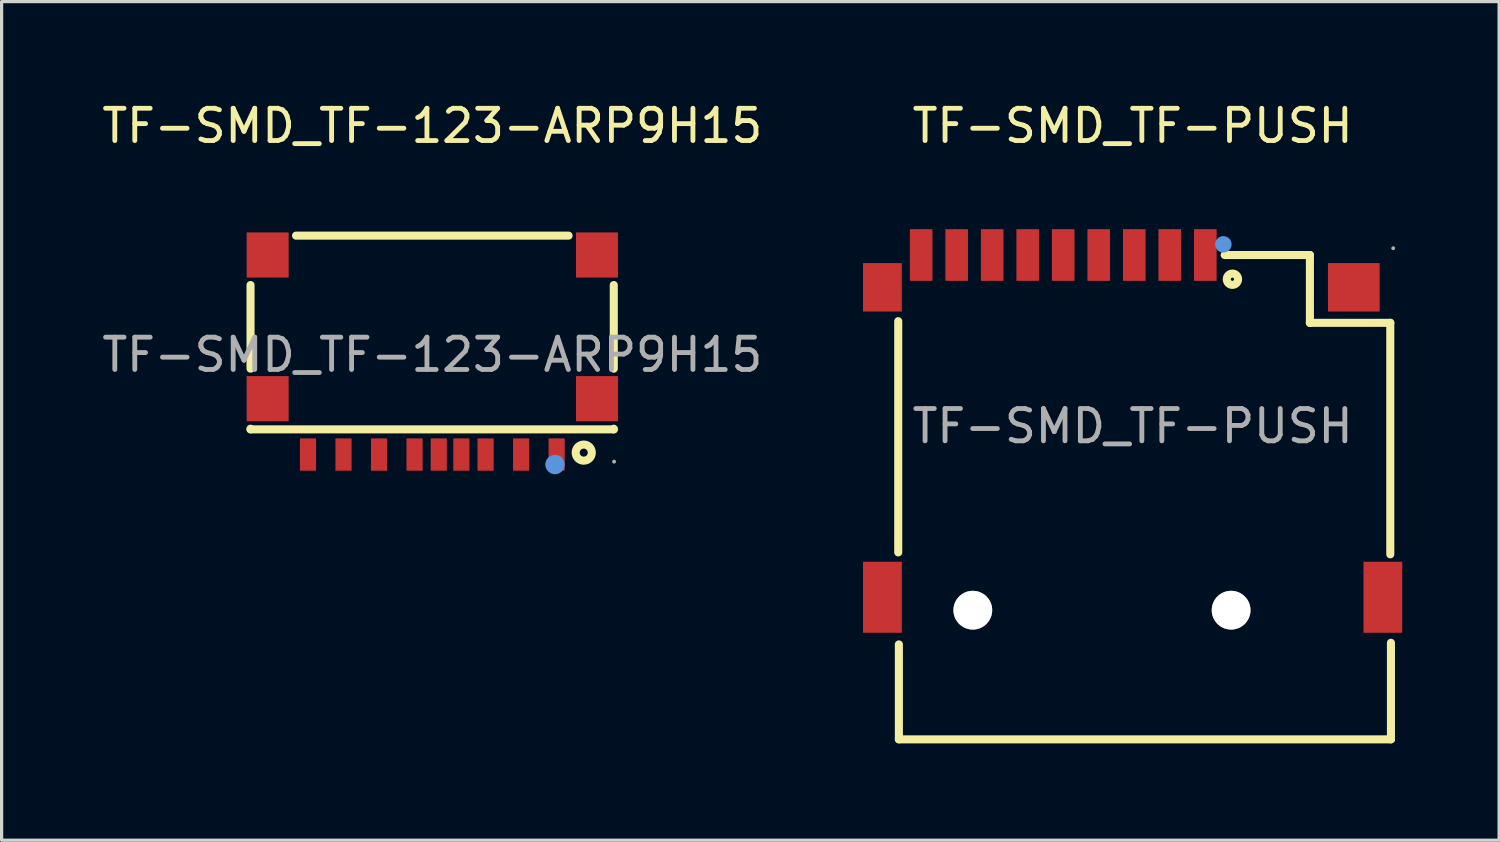
<source format=kicad_pcb>
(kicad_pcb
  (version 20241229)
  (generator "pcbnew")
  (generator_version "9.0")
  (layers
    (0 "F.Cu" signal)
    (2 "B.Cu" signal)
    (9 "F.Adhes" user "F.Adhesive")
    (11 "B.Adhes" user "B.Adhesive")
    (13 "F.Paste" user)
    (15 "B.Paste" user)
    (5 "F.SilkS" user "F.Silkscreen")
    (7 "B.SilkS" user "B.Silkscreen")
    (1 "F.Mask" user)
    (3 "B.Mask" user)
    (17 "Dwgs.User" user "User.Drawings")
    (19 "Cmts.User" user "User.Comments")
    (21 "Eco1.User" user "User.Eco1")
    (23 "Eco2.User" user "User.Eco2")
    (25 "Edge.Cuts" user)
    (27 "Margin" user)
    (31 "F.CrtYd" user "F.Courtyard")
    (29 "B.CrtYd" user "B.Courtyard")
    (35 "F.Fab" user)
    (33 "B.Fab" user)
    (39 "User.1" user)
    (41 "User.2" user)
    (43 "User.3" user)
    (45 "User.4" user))
  (footprint "TF-SMD_TF-PUSH"
    (layer "F.Cu")
    (at 32.029 10.148)
    (property "Reference" "TF-SMD_TF-PUSH" (at 0 -9.3 0) (layer "F.SilkS") (effects (font (size 1 1) (thickness 0.15))))
    (attr smd)
    (fp_line (start -7.26 -3.25) (end -7.26 3.91) (stroke (width 0.25) (type solid)) (layer "F.SilkS"))
    (fp_line (start -7.24 9.7) (end -7.24 6.76) (stroke (width 0.25) (type solid)) (layer "F.SilkS"))
    (fp_line (start -7.24 9.7) (end 8 9.7) (stroke (width 0.25) (type solid)) (layer "F.SilkS"))
    (fp_line (start 4.7 -5.3) (end 2.85 -5.3) (stroke (width 0.25) (type solid)) (layer "F.SilkS"))
    (fp_line (start 4.7 -5.3) (end 5.49 -5.3) (stroke (width 0.25) (type solid)) (layer "F.SilkS"))
    (fp_line (start 5.49 -5.3) (end 5.49 -3.2) (stroke (width 0.25) (type solid)) (layer "F.SilkS"))
    (fp_line (start 5.49 -3.2) (end 5.5 -3.2) (stroke (width 0.25) (type solid)) (layer "F.SilkS"))
    (fp_line (start 7.98 -3.2) (end 5.49 -3.2) (stroke (width 0.25) (type solid)) (layer "F.SilkS"))
    (fp_line (start 7.98 3.97) (end 7.98 -3.2) (stroke (width 0.25) (type solid)) (layer "F.SilkS"))
    (fp_line (start 8 9.7) (end 8 6.71) (stroke (width 0.25) (type solid)) (layer "F.SilkS"))
    (fp_circle (center 3.09 -4.55) (end 3.14 -4.55) (stroke (width 0.25) (type solid)) (fill no) (layer "F.SilkS"))
    (fp_circle (center -4.95 5.7) (end -4.75 5.7) (stroke (width 0.4) (type solid)) (fill no) (layer "Cmts.User"))
    (fp_circle (center 2.81 -5.63) (end 2.94 -5.63) (stroke (width 0.25) (type solid)) (fill no) (layer "Cmts.User"))
    (fp_circle (center 3.05 5.7) (end 3.25 5.7) (stroke (width 0.4) (type solid)) (fill no) (layer "Cmts.User"))
    (fp_circle (center 8.07 -5.51) (end 8.1 -5.51) (stroke (width 0.06) (type solid)) (fill no) (layer "F.Fab"))
    (fp_text user "${REFERENCE}" (at 0 0 0) (layer "F.Fab") (effects (font (size 1 1) (thickness 0.15))))
    (pad "" thru_hole circle (at -4.95 5.7) (size 1.2 1.2) (drill 1.2) (layers "*.Cu" "*.Mask"))
    (pad "" thru_hole circle (at 3.05 5.7) (size 1.2 1.2) (drill 1.2) (layers "*.Cu" "*.Mask"))
    (pad "1" smd rect (at 2.25 -5.3) (size 0.7 1.6) (layers "F.Cu" "F.Mask" "F.Paste"))
    (pad "2" smd rect (at 1.15 -5.3) (size 0.7 1.6) (layers "F.Cu" "F.Mask" "F.Paste"))
    (pad "3" smd rect (at 0.05 -5.3) (size 0.7 1.6) (layers "F.Cu" "F.Mask" "F.Paste"))
    (pad "4" smd rect (at -1.05 -5.3) (size 0.7 1.6) (layers "F.Cu" "F.Mask" "F.Paste"))
    (pad "5" smd rect (at -2.15 -5.3) (size 0.7 1.6) (layers "F.Cu" "F.Mask" "F.Paste"))
    (pad "6" smd rect (at -3.25 -5.3) (size 0.7 1.6) (layers "F.Cu" "F.Mask" "F.Paste"))
    (pad "7" smd rect (at -4.35 -5.3) (size 0.7 1.6) (layers "F.Cu" "F.Mask" "F.Paste"))
    (pad "8" smd rect (at -5.45 -5.3) (size 0.7 1.6) (layers "F.Cu" "F.Mask" "F.Paste"))
    (pad "10" smd rect (at -7.75 -4.3) (size 1.2 1.5) (layers "F.Cu" "F.Mask" "F.Paste"))
    (pad "11" smd rect (at -7.75 5.3) (size 1.2 2.2) (layers "F.Cu" "F.Mask" "F.Paste"))
    (pad "12" smd rect (at 7.75 5.3) (size 1.2 2.2) (layers "F.Cu" "F.Mask" "F.Paste"))
    (pad "13" smd rect (at 6.85 -4.3) (size 1.6 1.5) (layers "F.Cu" "F.Mask" "F.Paste"))
    (pad "CD" smd rect (at -6.55 -5.3) (size 0.7 1.6) (layers "F.Cu" "F.Mask" "F.Paste")))
  (footprint "TF-SMD_TF-123-ARP9H15"
    (layer "F.Cu")
    (at 10.339 7.938)
    (property "Reference" "TF-SMD_TF-123-ARP9H15" (at 0 -7.09 0) (layer "F.SilkS") (effects (font (size 1 1) (thickness 0.15))))
    (attr smd)
    (fp_line (start -5.63 0.43) (end -5.63 -2.16) (stroke (width 0.25) (type solid)) (layer "F.SilkS"))
    (fp_line (start -5.63 2.31) (end -5.63 2.29) (stroke (width 0.25) (type solid)) (layer "F.SilkS"))
    (fp_line (start -4.22 -3.69) (end 4.22 -3.69) (stroke (width 0.25) (type solid)) (layer "F.SilkS"))
    (fp_line (start 5.62 -2.16) (end 5.62 0.43) (stroke (width 0.25) (type solid)) (layer "F.SilkS"))
    (fp_line (start 5.62 2.29) (end 5.62 2.31) (stroke (width 0.25) (type solid)) (layer "F.SilkS"))
    (fp_line (start 5.62 2.31) (end -5.63 2.31) (stroke (width 0.25) (type solid)) (layer "F.SilkS"))
    (fp_circle (center 4.69 3.03) (end 4.94 3.03) (stroke (width 0.25) (type solid)) (fill no) (layer "F.SilkS"))
    (fp_circle (center 3.8 3.4) (end 3.95 3.4) (stroke (width 0.3) (type solid)) (fill no) (layer "Cmts.User"))
    (fp_circle (center 5.63 3.31) (end 5.66 3.31) (stroke (width 0.06) (type solid)) (fill no) (layer "F.Fab"))
    (fp_text user "${REFERENCE}" (at 0 0 0) (layer "F.Fab") (effects (font (size 1 1) (thickness 0.15))))
    (pad "1" smd rect (at 3.85 3.09) (size 0.5 1) (layers "F.Cu" "F.Mask" "F.Paste"))
    (pad "2" smd rect (at 2.75 3.09) (size 0.5 1) (layers "F.Cu" "F.Mask" "F.Paste"))
    (pad "3" smd rect (at 1.65 3.09) (size 0.5 1) (layers "F.Cu" "F.Mask" "F.Paste"))
    (pad "4" smd rect (at 0.9 3.09) (size 0.5 1) (layers "F.Cu" "F.Mask" "F.Paste"))
    (pad "5" smd rect (at -0.55 3.09) (size 0.5 1) (layers "F.Cu" "F.Mask" "F.Paste"))
    (pad "6" smd rect (at -1.65 3.09) (size 0.5 1) (layers "F.Cu" "F.Mask" "F.Paste"))
    (pad "7" smd rect (at -2.75 3.09) (size 0.5 1) (layers "F.Cu" "F.Mask" "F.Paste"))
    (pad "8" smd rect (at -3.85 3.09) (size 0.5 1) (layers "F.Cu" "F.Mask" "F.Paste"))
    (pad "9" smd rect (at 0.2 3.09) (size 0.5 1) (layers "F.Cu" "F.Mask" "F.Paste"))
    (pad "10" smd rect (at -5.1 1.36) (size 1.3 1.4) (layers "F.Cu" "F.Mask" "F.Paste"))
    (pad "11" smd rect (at -5.1 -3.09) (size 1.3 1.4) (layers "F.Cu" "F.Mask" "F.Paste"))
    (pad "12" smd rect (at 5.1 -3.09) (size 1.3 1.4) (layers "F.Cu" "F.Mask" "F.Paste"))
    (pad "13" smd rect (at 5.1 1.36) (size 1.3 1.4) (layers "F.Cu" "F.Mask" "F.Paste")))
  (gr_rect
    (start -3 -3)
    (end 43.379 22.973)
    (stroke (width 0.1) (type default))
    (fill no)
    (layer "Edge.Cuts")))
</source>
